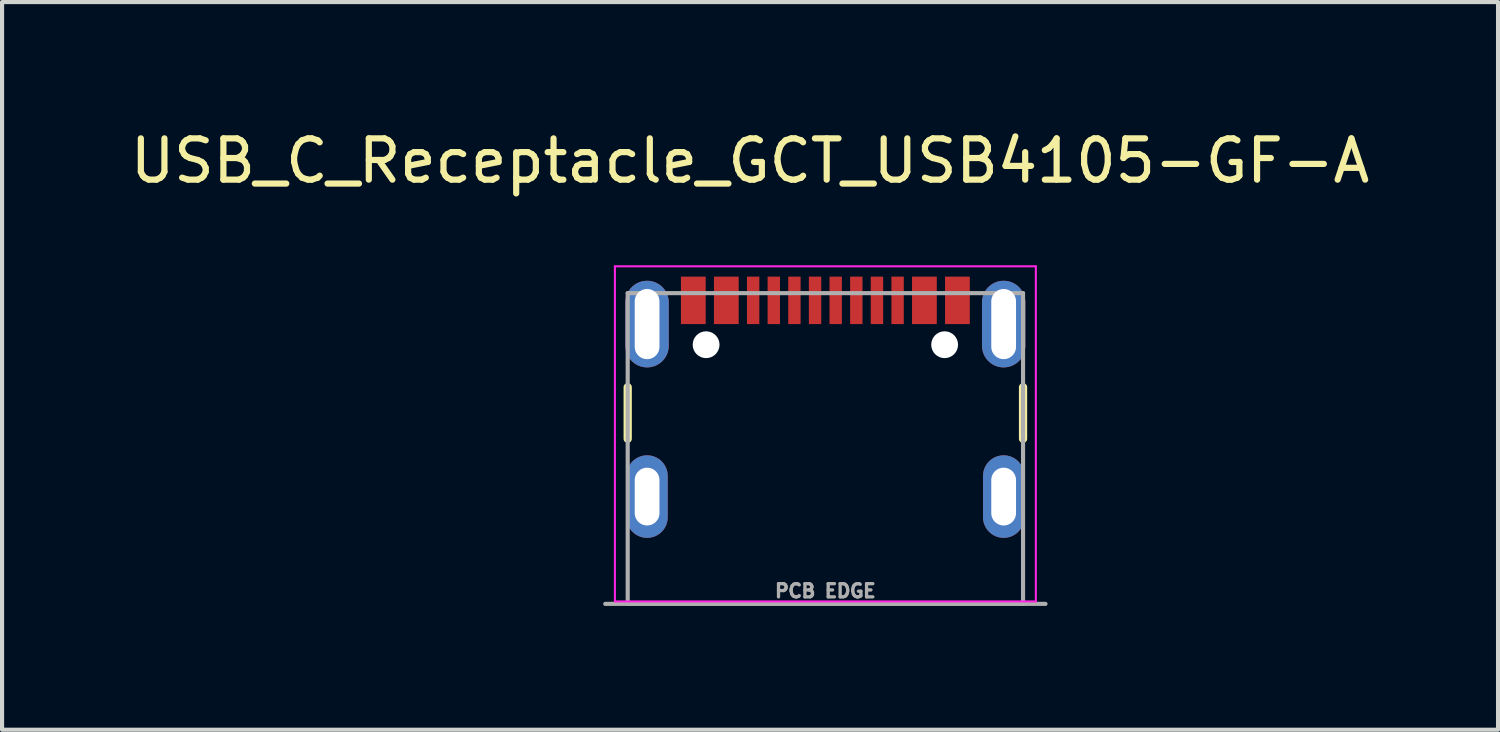
<source format=kicad_pcb>
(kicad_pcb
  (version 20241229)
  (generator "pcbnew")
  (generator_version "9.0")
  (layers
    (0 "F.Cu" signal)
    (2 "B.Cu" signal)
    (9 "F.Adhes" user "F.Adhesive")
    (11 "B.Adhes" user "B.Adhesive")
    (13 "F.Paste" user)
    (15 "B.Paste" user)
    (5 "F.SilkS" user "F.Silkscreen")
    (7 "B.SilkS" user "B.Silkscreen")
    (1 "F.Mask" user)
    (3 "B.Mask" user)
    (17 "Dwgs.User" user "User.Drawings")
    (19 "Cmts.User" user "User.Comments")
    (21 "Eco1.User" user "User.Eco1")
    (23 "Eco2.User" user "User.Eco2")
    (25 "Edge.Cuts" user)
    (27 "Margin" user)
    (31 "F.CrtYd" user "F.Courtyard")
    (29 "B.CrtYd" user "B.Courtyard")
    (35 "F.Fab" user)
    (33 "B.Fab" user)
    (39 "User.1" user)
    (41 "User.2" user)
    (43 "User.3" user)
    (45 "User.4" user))
  (footprint "USB_C_Receptacle_GCT_USB4105-GF-A"
    (layer "F.Cu")
    (at 16.95 8.983)
    (property "Reference" "USB_C_Receptacle_GCT_USB4105-GF-A" (at -1.825 -8.135 0) (layer "F.SilkS") (effects (font (size 1 1) (thickness 0.15))))
    (attr through_hole)
    (fp_line (start -4.79 -2.65) (end -4.79 -1.4) (stroke (width 0.2) (type solid)) (layer "F.SilkS"))
    (fp_line (start 4.79 -2.65) (end 4.79 -1.4) (stroke (width 0.2) (type solid)) (layer "F.SilkS"))
    (fp_line (start -5.1 -5.58) (end -5.1 2.54) (stroke (width 0.05) (type solid)) (layer "F.CrtYd"))
    (fp_line (start -5.1 2.54) (end 5.1 2.54) (stroke (width 0.05) (type solid)) (layer "F.CrtYd"))
    (fp_line (start 5.1 -5.58) (end -5.1 -5.58) (stroke (width 0.05) (type solid)) (layer "F.CrtYd"))
    (fp_line (start 5.1 2.54) (end 5.1 -5.58) (stroke (width 0.05) (type solid)) (layer "F.CrtYd"))
    (fp_line (start -5.334 2.6) (end 5.334 2.6) (stroke (width 0.1) (type solid)) (layer "F.Fab"))
    (fp_line (start -4.79 -4.93) (end 4.79 -4.93) (stroke (width 0.1) (type solid)) (layer "F.Fab"))
    (fp_line (start -4.79 2.6) (end -4.79 -4.93) (stroke (width 0.1) (type solid)) (layer "F.Fab"))
    (fp_line (start 4.79 -4.93) (end 4.79 2.6) (stroke (width 0.1) (type solid)) (layer "F.Fab"))
    (fp_line (start 4.79 2.6) (end -4.79 2.6) (stroke (width 0.1) (type solid)) (layer "F.Fab"))
    (fp_text user "PCB EDGE" (at 0 2.286 0) (layer "F.Fab") (effects (font (size 0.32 0.32) (thickness 0.15))))
    (pad "" np_thru_hole circle (at -2.89 -3.68) (size 0.65 0.65) (drill 0.65) (layers "*.Cu" "*.Mask"))
    (pad "" np_thru_hole circle (at 2.89 -3.68) (size 0.65 0.65) (drill 0.65) (layers "*.Cu" "*.Mask"))
    (pad "A1_B12" smd rect (at -3.2 -4.755) (size 0.6 1.15) (layers "F.Cu" "F.Mask" "F.Paste"))
    (pad "A4_B9" smd rect (at -2.4 -4.755) (size 0.6 1.15) (layers "F.Cu" "F.Mask" "F.Paste"))
    (pad "A5" smd rect (at -1.25 -4.755) (size 0.3 1.15) (layers "F.Cu" "F.Mask" "F.Paste"))
    (pad "A6" smd rect (at -0.25 -4.755) (size 0.3 1.15) (layers "F.Cu" "F.Mask" "F.Paste"))
    (pad "A7" smd rect (at 0.25 -4.755) (size 0.3 1.15) (layers "F.Cu" "F.Mask" "F.Paste"))
    (pad "A8" smd rect (at 1.25 -4.755) (size 0.3 1.15) (layers "F.Cu" "F.Mask" "F.Paste"))
    (pad "B1_A12" smd rect (at 3.2 -4.755) (size 0.6 1.15) (layers "F.Cu" "F.Mask" "F.Paste"))
    (pad "B4_A9" smd rect (at 2.4 -4.755) (size 0.6 1.15) (layers "F.Cu" "F.Mask" "F.Paste"))
    (pad "B5" smd rect (at 1.75 -4.755) (size 0.3 1.15) (layers "F.Cu" "F.Mask" "F.Paste"))
    (pad "B6" smd rect (at 0.75 -4.755) (size 0.3 1.15) (layers "F.Cu" "F.Mask" "F.Paste"))
    (pad "B7" smd rect (at -0.75 -4.755) (size 0.3 1.15) (layers "F.Cu" "F.Mask" "F.Paste"))
    (pad "B8" smd rect (at -1.75 -4.755) (size 0.3 1.15) (layers "F.Cu" "F.Mask" "F.Paste"))
    (pad "S1" thru_hole oval (at -4.32 -4.18) (size 1.05 2.1) (drill oval 0.6 1.7) (layers "*.Cu" "*.Mask"))
    (pad "S2" thru_hole oval (at -4.32 0) (size 1 2) (drill oval 0.6 1.4) (layers "*.Cu" "*.Mask"))
    (pad "S3" thru_hole oval (at 4.32 0) (size 1 2) (drill oval 0.6 1.4) (layers "*.Cu" "*.Mask"))
    (pad "S4" thru_hole oval (at 4.32 -4.18) (size 1.05 2.1) (drill oval 0.6 1.7) (layers "*.Cu" "*.Mask")))
  (gr_rect
    (start -3 -3)
    (end 33.25 14.633)
    (stroke (width 0.1) (type default))
    (fill no)
    (layer "Edge.Cuts")))
</source>
